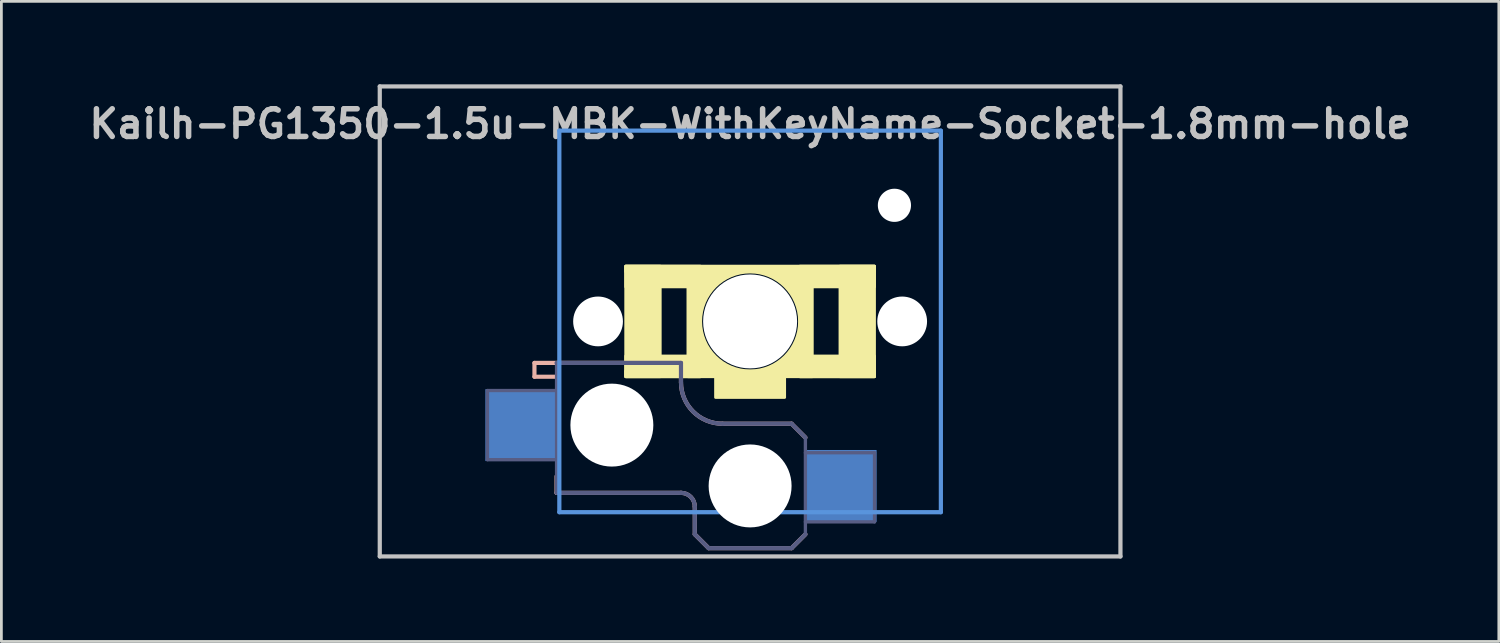
<source format=kicad_pcb>
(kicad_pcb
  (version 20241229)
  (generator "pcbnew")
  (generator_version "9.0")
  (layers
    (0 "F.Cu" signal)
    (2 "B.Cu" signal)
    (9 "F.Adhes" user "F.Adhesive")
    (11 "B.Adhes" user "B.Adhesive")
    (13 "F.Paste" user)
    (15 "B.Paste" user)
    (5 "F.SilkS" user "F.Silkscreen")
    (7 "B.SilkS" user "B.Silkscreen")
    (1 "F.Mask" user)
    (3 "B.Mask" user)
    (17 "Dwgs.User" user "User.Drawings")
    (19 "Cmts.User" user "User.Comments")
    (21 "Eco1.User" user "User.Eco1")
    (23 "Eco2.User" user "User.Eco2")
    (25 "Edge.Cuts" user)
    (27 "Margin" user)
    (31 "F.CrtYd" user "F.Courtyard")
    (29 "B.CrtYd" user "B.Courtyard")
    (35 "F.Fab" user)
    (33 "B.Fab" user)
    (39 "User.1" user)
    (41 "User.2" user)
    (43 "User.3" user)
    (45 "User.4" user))
  (footprint "Kailh-PG1350-1.5u-MBK-WithKeyName-Socket-1.8mm-hole"
    (layer "F.Cu")
    (at 24.081 8.576)
    (property "Reference" "Kailh-PG1350-1.5u-MBK-WithKeyName-Socket-1.8mm-hole" (at 0 -7.144 180) (layer "Dwgs.User") (effects (font (size 1 1) (thickness 0.2))))
    (attr through_hole)
    (fp_circle (center 0 0) (end 1.887 0) (stroke (width 0.3) (type solid)) (fill no) (layer "F.SilkS"))
    (fp_poly (pts (xy -1.85 0.95) (xy -1 1.8) (xy -1.85 1.8)) (stroke (width 0.12) (type solid)) (fill yes) (layer "F.SilkS"))
    (fp_poly (pts (xy -0.95 -1.75) (xy -1.8 -0.9) (xy -1.8 -1.75)) (stroke (width 0.12) (type solid)) (fill yes) (layer "F.SilkS"))
    (fp_poly (pts (xy 1 1.8) (xy 1.85 0.95) (xy 1.85 1.8)) (stroke (width 0.12) (type solid)) (fill yes) (layer "F.SilkS"))
    (fp_poly (pts (xy 1.8 -0.95) (xy 0.95 -1.8) (xy 1.8 -1.8)) (stroke (width 0.12) (type solid)) (fill yes) (layer "F.SilkS"))
    (fp_poly (pts (xy -3.25 2) (xy -4.5 2) (xy -4.5 -2) (xy -3.25 -2)) (stroke (width 0.1) (type solid)) (fill yes) (layer "F.SilkS"))
    (fp_poly (pts (xy -1.8 -1.25) (xy -4.5 -1.25) (xy -4.5 -2) (xy -1.8 -2)) (stroke (width 0.1) (type solid)) (fill yes) (layer "F.SilkS"))
    (fp_poly (pts (xy -1.8 2) (xy -4.5 2) (xy -4.5 1.25) (xy -1.8 1.25)) (stroke (width 0.1) (type solid)) (fill yes) (layer "F.SilkS"))
    (fp_poly (pts (xy -1.8 2) (xy -2.25 2) (xy -2.25 -1.5) (xy -1.8 -1.5)) (stroke (width 0.1) (type solid)) (fill yes) (layer "F.SilkS"))
    (fp_poly (pts (xy 1.25 2.75) (xy -1.25 2.75) (xy -1.25 2) (xy 1.25 2)) (stroke (width 0.1) (type solid)) (fill yes) (layer "F.SilkS"))
    (fp_poly (pts (xy 2.25 2) (xy 1.8 2) (xy 1.8 -1.5) (xy 2.25 -1.5)) (stroke (width 0.1) (type solid)) (fill yes) (layer "F.SilkS"))
    (fp_poly (pts (xy 4.5 -1.8) (xy -4.5 -1.8) (xy -4.5 -2) (xy 4.5 -2)) (stroke (width 0.1) (type solid)) (fill yes) (layer "F.SilkS"))
    (fp_poly (pts (xy 4.5 -1.25) (xy 1.8 -1.25) (xy 1.8 -2) (xy 4.5 -2)) (stroke (width 0.1) (type solid)) (fill yes) (layer "F.SilkS"))
    (fp_poly (pts (xy 4.5 2) (xy -4.5 2) (xy -4.5 1.8) (xy 4.5 1.8)) (stroke (width 0.1) (type solid)) (fill yes) (layer "F.SilkS"))
    (fp_poly (pts (xy 4.5 2) (xy 1.8 2) (xy 1.8 1.25) (xy 4.5 1.25)) (stroke (width 0.1) (type solid)) (fill yes) (layer "F.SilkS"))
    (fp_poly (pts (xy 4.5 2) (xy 3.25 2) (xy 3.25 -2) (xy 4.5 -2)) (stroke (width 0.1) (type solid)) (fill yes) (layer "F.SilkS"))
    (fp_line (start -7.8 1.5) (end -7.8 2) (stroke (width 0.15) (type solid)) (layer "B.SilkS"))
    (fp_line (start -7 2) (end -7.8 2) (stroke (width 0.15) (type solid)) (layer "B.SilkS"))
    (fp_line (start -7 5.6) (end -7 6.2) (stroke (width 0.15) (type solid)) (layer "B.SilkS"))
    (fp_line (start -7 6.2) (end -2.5 6.2) (stroke (width 0.15) (type solid)) (layer "B.SilkS"))
    (fp_line (start -2.5 1.5) (end -7.8 1.5) (stroke (width 0.15) (type solid)) (layer "B.SilkS"))
    (fp_line (start -2.5 2.2) (end -2.5 1.5) (stroke (width 0.15) (type solid)) (layer "B.SilkS"))
    (fp_line (start -2 6.7) (end -2 7.7) (stroke (width 0.15) (type solid)) (layer "B.SilkS"))
    (fp_line (start -1.5 8.2) (end -2 7.7) (stroke (width 0.15) (type solid)) (layer "B.SilkS"))
    (fp_line (start 1.5 3.7) (end -1 3.7) (stroke (width 0.15) (type solid)) (layer "B.SilkS"))
    (fp_line (start 1.5 8.2) (end -1.5 8.2) (stroke (width 0.15) (type solid)) (layer "B.SilkS"))
    (fp_line (start 2 4.2) (end 1.5 3.7) (stroke (width 0.15) (type solid)) (layer "B.SilkS"))
    (fp_line (start 2 7.7) (end 1.5 8.2) (stroke (width 0.15) (type solid)) (layer "B.SilkS"))
    (fp_arc (start -2.5 6.2) (mid -2.146447 6.346447) (end -2 6.7) (stroke (width 0.15) (type solid)) (layer "B.SilkS"))
    (fp_arc (start -1 3.7) (mid -2.06066 3.26066) (end -2.5 2.2) (stroke (width 0.15) (type solid)) (layer "B.SilkS"))
    (fp_line (start -13.395 -8.5) (end 13.395 -8.5) (stroke (width 0.152) (type solid)) (layer "Dwgs.User"))
    (fp_line (start -13.395 8.5) (end -13.395 -8.5) (stroke (width 0.152) (type solid)) (layer "Dwgs.User"))
    (fp_line (start 13.395 -8.5) (end 13.395 8.5) (stroke (width 0.152) (type solid)) (layer "Dwgs.User"))
    (fp_line (start 13.395 8.5) (end -13.395 8.5) (stroke (width 0.152) (type solid)) (layer "Dwgs.User"))
    (fp_line (start -6.9 -6.9) (end 6.9 -6.9) (stroke (width 0.152) (type solid)) (layer "Cmts.User"))
    (fp_line (start -6.9 6.9) (end -6.9 -6.9) (stroke (width 0.152) (type solid)) (layer "Cmts.User"))
    (fp_line (start 6.9 -6.9) (end 6.9 6.9) (stroke (width 0.152) (type solid)) (layer "Cmts.User"))
    (fp_line (start 6.9 6.9) (end -6.9 6.9) (stroke (width 0.152) (type solid)) (layer "Cmts.User"))
    (fp_line (start -7.5 -7.5) (end 7.5 -7.5) (stroke (width 0.152) (type solid)) (layer "Eco2.User"))
    (fp_line (start -7.5 7.5) (end -7.5 -7.5) (stroke (width 0.152) (type solid)) (layer "Eco2.User"))
    (fp_line (start -2.6 -3.1) (end -2.6 -6.3) (stroke (width 0.15) (type solid)) (layer "Eco2.User"))
    (fp_line (start -2.6 -3.1) (end 2.6 -3.1) (stroke (width 0.15) (type solid)) (layer "Eco2.User"))
    (fp_line (start 2.6 -6.3) (end -2.6 -6.3) (stroke (width 0.15) (type solid)) (layer "Eco2.User"))
    (fp_line (start 2.6 -3.1) (end 2.6 -6.3) (stroke (width 0.15) (type solid)) (layer "Eco2.User"))
    (fp_line (start 7.5 -7.5) (end 7.5 7.5) (stroke (width 0.152) (type solid)) (layer "Eco2.User"))
    (fp_line (start 7.5 7.5) (end -7.5 7.5) (stroke (width 0.152) (type solid)) (layer "Eco2.User"))
    (fp_line (start -9.5 2.5) (end -7 2.5) (stroke (width 0.12) (type solid)) (layer "B.Fab"))
    (fp_line (start -9.5 5) (end -9.5 2.5) (stroke (width 0.12) (type solid)) (layer "B.Fab"))
    (fp_line (start -7 1.5) (end -7 6.2) (stroke (width 0.12) (type solid)) (layer "B.Fab"))
    (fp_line (start -7 5) (end -9.5 5) (stroke (width 0.12) (type solid)) (layer "B.Fab"))
    (fp_line (start -7 6.2) (end -2.5 6.2) (stroke (width 0.15) (type solid)) (layer "B.Fab"))
    (fp_line (start -2.5 1.5) (end -7 1.5) (stroke (width 0.15) (type solid)) (layer "B.Fab"))
    (fp_line (start -2.5 2.2) (end -2.5 1.5) (stroke (width 0.15) (type solid)) (layer "B.Fab"))
    (fp_line (start -2 6.7) (end -2 7.7) (stroke (width 0.15) (type solid)) (layer "B.Fab"))
    (fp_line (start -1.5 8.2) (end -2 7.7) (stroke (width 0.15) (type solid)) (layer "B.Fab"))
    (fp_line (start 1.5 3.7) (end -1 3.7) (stroke (width 0.15) (type solid)) (layer "B.Fab"))
    (fp_line (start 1.5 8.2) (end -1.5 8.2) (stroke (width 0.15) (type solid)) (layer "B.Fab"))
    (fp_line (start 2 4.2) (end 1.5 3.7) (stroke (width 0.15) (type solid)) (layer "B.Fab"))
    (fp_line (start 2 4.25) (end 2 7.7) (stroke (width 0.12) (type solid)) (layer "B.Fab"))
    (fp_line (start 2 4.75) (end 4.5 4.75) (stroke (width 0.12) (type solid)) (layer "B.Fab"))
    (fp_line (start 2 7.7) (end 1.5 8.2) (stroke (width 0.15) (type solid)) (layer "B.Fab"))
    (fp_line (start 4.5 4.75) (end 4.5 7.25) (stroke (width 0.12) (type solid)) (layer "B.Fab"))
    (fp_line (start 4.5 7.25) (end 2 7.25) (stroke (width 0.12) (type solid)) (layer "B.Fab"))
    (fp_arc (start -2.5 6.2) (mid -2.146447 6.346447) (end -2 6.7) (stroke (width 0.15) (type solid)) (layer "B.Fab"))
    (fp_arc (start -1 3.7) (mid -2.06066 3.26066) (end -2.5 2.2) (stroke (width 0.15) (type solid)) (layer "B.Fab"))
    (pad "" np_thru_hole circle (at -5.5 0 180) (size 1.8 1.8) (drill 1.8) (layers "*.Cu" "*.Mask"))
    (pad "" np_thru_hole circle (at -5 3.75) (size 3 3) (drill 3) (layers "*.Cu" "*.Mask"))
    (pad "" np_thru_hole circle (at 0 0 180) (size 3.4 3.4) (drill 3.4) (layers "*.Cu" "*.Mask"))
    (pad "" np_thru_hole circle (at 0 5.95) (size 3 3) (drill 3) (layers "*.Cu" "*.Mask"))
    (pad "" np_thru_hole circle (at 5.22 -4.2 180) (size 1.2 1.2) (drill 1.2) (layers "*.Cu" "*.Mask"))
    (pad "" np_thru_hole circle (at 5.5 0 180) (size 1.8 1.8) (drill 1.8) (layers "*.Cu" "*.Mask"))
    (pad "1" smd rect (at 3.275 5.95) (size 2.6 2.6) (layers "B.Cu" "B.Mask" "B.Paste"))
    (pad "2" smd rect (at -8.275 3.75) (size 2.6 2.6) (layers "B.Cu" "B.Mask" "B.Paste")))
  (gr_rect
    (start -3 -3)
    (end 51.162 20.152)
    (stroke (width 0.1) (type default))
    (fill no)
    (layer "Edge.Cuts")))
</source>
